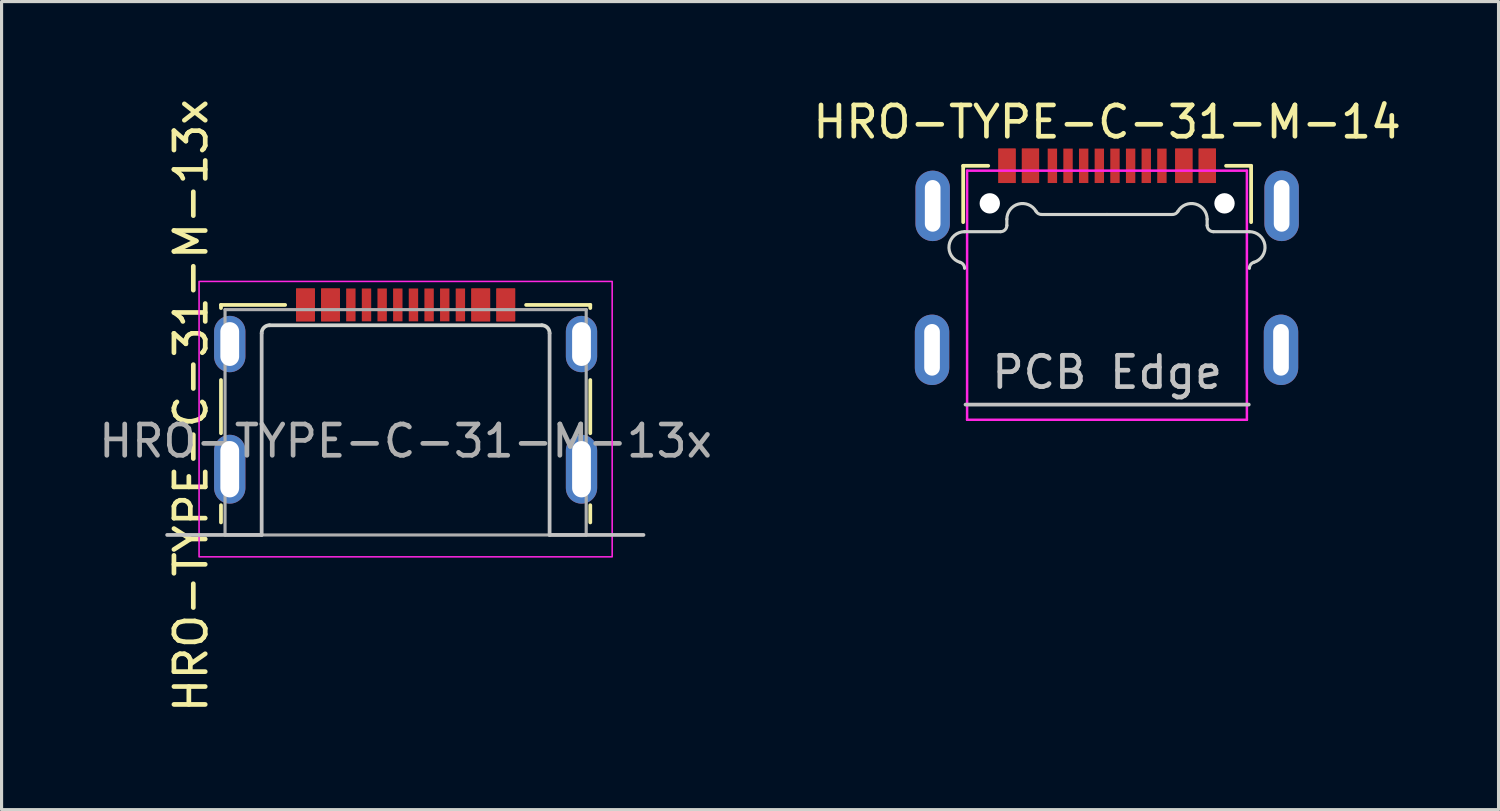
<source format=kicad_pcb>
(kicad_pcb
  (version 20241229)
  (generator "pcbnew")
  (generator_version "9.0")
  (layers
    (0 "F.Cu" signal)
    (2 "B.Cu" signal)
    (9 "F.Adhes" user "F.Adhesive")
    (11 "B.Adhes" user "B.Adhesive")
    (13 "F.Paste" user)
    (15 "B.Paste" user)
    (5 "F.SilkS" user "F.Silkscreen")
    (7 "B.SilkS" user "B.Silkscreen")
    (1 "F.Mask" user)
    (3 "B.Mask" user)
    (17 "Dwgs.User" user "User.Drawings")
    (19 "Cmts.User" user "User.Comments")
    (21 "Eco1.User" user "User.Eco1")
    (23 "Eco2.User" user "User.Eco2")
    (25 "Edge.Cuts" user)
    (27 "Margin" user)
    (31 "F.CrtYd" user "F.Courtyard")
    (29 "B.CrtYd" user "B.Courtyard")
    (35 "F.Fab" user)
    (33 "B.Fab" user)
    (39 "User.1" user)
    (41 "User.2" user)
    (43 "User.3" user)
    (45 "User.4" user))
  (footprint "HRO-TYPE-C-31-M-13x"
    (layer "F.Cu")
    (at 9.911 14.043)
    (property "Reference" "HRO-TYPE-C-31-M-13x" (at -6.858 -4.132 90) (unlocked yes) (layer "F.SilkS") (effects (font (size 1 1) (thickness 0.15))))
    (attr smd)
    (fp_line (start -5.9 -7.35) (end -5.9 -7.25) (stroke (width 0.12) (type solid)) (layer "F.SilkS"))
    (fp_line (start -5.9 -4.95) (end -5.9 -3.25) (stroke (width 0.12) (type solid)) (layer "F.SilkS"))
    (fp_line (start -5.9 -0.95) (end -5.9 -0.4) (stroke (width 0.12) (type solid)) (layer "F.SilkS"))
    (fp_line (start -3.85 -7.35) (end -5.9 -7.35) (stroke (width 0.12) (type solid)) (layer "F.SilkS"))
    (fp_line (start 5.9 -7.35) (end 3.85 -7.35) (stroke (width 0.12) (type solid)) (layer "F.SilkS"))
    (fp_line (start 5.9 -7.35) (end 5.9 -7.25) (stroke (width 0.12) (type solid)) (layer "F.SilkS"))
    (fp_line (start 5.9 -4.95) (end 5.9 -3.25) (stroke (width 0.12) (type solid)) (layer "F.SilkS"))
    (fp_line (start 5.9 -0.95) (end 5.9 -0.4) (stroke (width 0.12) (type solid)) (layer "F.SilkS"))
    (fp_line (start -7.62 0) (end -4.6 0) (stroke (width 0.12) (type solid)) (layer "Dwgs.User"))
    (fp_line (start -4.6 0) (end -4.6 -6.44) (stroke (width 0.12) (type solid)) (layer "Dwgs.User"))
    (fp_line (start 4.6 -6.44) (end 4.6 0) (stroke (width 0.12) (type solid)) (layer "Dwgs.User"))
    (fp_line (start 4.6 0) (end 7.6 0) (stroke (width 0.12) (type solid)) (layer "Dwgs.User"))
    (fp_line (start -4.35 -6.7) (end 4.35 -6.7) (stroke (width 0.12) (type solid)) (layer "Edge.Cuts"))
    (fp_arc (start -4.6 -6.45) (mid -4.526777 -6.626777) (end -4.35 -6.7) (stroke (width 0.12) (type default)) (layer "Edge.Cuts"))
    (fp_arc (start 4.35 -6.7) (mid 4.526777 -6.626777) (end 4.6 -6.45) (stroke (width 0.12) (type default)) (layer "Edge.Cuts"))
    (fp_rect (start -6.6 -8.1) (end 6.6 0.7) (stroke (width 0.05) (type solid)) (fill no) (layer "F.CrtYd"))
    (fp_line (start -5.77 -7.2) (end -5.77 0) (stroke (width 0.1) (type solid)) (layer "F.Fab"))
    (fp_line (start -5.77 0) (end 5.77 0) (stroke (width 0.1) (type solid)) (layer "F.Fab"))
    (fp_line (start 5.77 -7.2) (end -5.77 -7.2) (stroke (width 0.1) (type solid)) (layer "F.Fab"))
    (fp_line (start 5.77 0) (end 5.77 -7.2) (stroke (width 0.1) (type solid)) (layer "F.Fab"))
    (fp_text user "${REFERENCE}" (at 0 -3 0) (unlocked yes) (layer "F.Fab") (effects (font (size 1 1) (thickness 0.15))))
    (pad "A1" smd rect (at -3.2 -7.35) (size 0.6 1.05) (layers "F.Cu" "F.Mask" "F.Paste"))
    (pad "A4" smd rect (at -2.4 -7.35) (size 0.6 1.05) (layers "F.Cu" "F.Mask" "F.Paste"))
    (pad "A5" smd rect (at -1.25 -7.35) (size 0.3 1.05) (layers "F.Cu" "F.Mask" "F.Paste"))
    (pad "A6" smd rect (at -0.25 -7.35) (size 0.3 1.05) (layers "F.Cu" "F.Mask" "F.Paste"))
    (pad "A7" smd rect (at 0.25 -7.35) (size 0.3 1.05) (layers "F.Cu" "F.Mask" "F.Paste"))
    (pad "A8" smd rect (at 1.25 -7.35) (size 0.3 1.05) (layers "F.Cu" "F.Mask" "F.Paste"))
    (pad "A9" smd rect (at 2.4 -7.35) (size 0.6 1.05) (layers "F.Cu" "F.Mask" "F.Paste"))
    (pad "A12" smd rect (at 3.2 -7.35) (size 0.6 1.05) (layers "F.Cu" "F.Mask" "F.Paste"))
    (pad "B1" smd rect (at 3.2 -7.35) (size 0.6 1.05) (layers "F.Cu" "F.Mask" "F.Paste"))
    (pad "B4" smd rect (at 2.4 -7.35) (size 0.6 1.05) (layers "F.Cu" "F.Mask" "F.Paste"))
    (pad "B5" smd rect (at 1.75 -7.35) (size 0.3 1.05) (layers "F.Cu" "F.Mask" "F.Paste"))
    (pad "B6" smd rect (at 0.75 -7.35) (size 0.3 1.05) (layers "F.Cu" "F.Mask" "F.Paste"))
    (pad "B7" smd rect (at -0.75 -7.35) (size 0.3 1.05) (layers "F.Cu" "F.Mask" "F.Paste"))
    (pad "B8" smd rect (at -1.75 -7.35) (size 0.3 1.05) (layers "F.Cu" "F.Mask" "F.Paste"))
    (pad "B9" smd rect (at -2.4 -7.35) (size 0.6 1.05) (layers "F.Cu" "F.Mask" "F.Paste"))
    (pad "B12" smd rect (at -3.2 -7.35) (size 0.6 1.05) (layers "F.Cu" "F.Mask" "F.Paste"))
    (pad "S1" thru_hole oval (at -5.62 -6.1) (size 1 1.8) (drill oval 0.6 1.4) (layers "*.Cu" "*.Mask"))
    (pad "S1" thru_hole oval (at -5.62 -2.1) (size 1 2.2) (drill oval 0.6 1.8) (layers "*.Cu" "*.Mask"))
    (pad "S1" thru_hole oval (at 5.62 -6.1) (size 1 1.8) (drill oval 0.6 1.4) (layers "*.Cu" "*.Mask"))
    (pad "S1" thru_hole oval (at 5.62 -2.1) (size 1 2.2) (drill oval 0.6 1.8) (layers "*.Cu" "*.Mask")))
  (footprint "HRO-TYPE-C-31-M-14"
    (layer "F.Cu")
    (at 32.327 3.448)
    (property "Reference" "HRO-TYPE-C-31-M-14" (at 0 -2.6 180) (layer "F.SilkS") (effects (font (size 1 1) (thickness 0.15))))
    (attr smd)
    (fp_line (start -4.6 -1.2) (end -4.6 0.6) (stroke (width 0.12) (type default)) (layer "F.SilkS"))
    (fp_line (start -3.8 -1.2) (end -4.6 -1.2) (stroke (width 0.12) (type default)) (layer "F.SilkS"))
    (fp_line (start 3.8 -1.2) (end 4.6 -1.2) (stroke (width 0.12) (type default)) (layer "F.SilkS"))
    (fp_line (start 4.6 -1.2) (end 4.6 0.6) (stroke (width 0.12) (type default)) (layer "F.SilkS"))
    (fp_line (start -4.525 6.43) (end 4.525 6.43) (stroke (width 0.12) (type solid)) (layer "Dwgs.User"))
    (fp_line (start -3.405 0.905) (end -4.555 0.905) (stroke (width 0.1) (type solid)) (layer "Edge.Cuts"))
    (fp_line (start -3.205 0.505) (end -3.205 0.705) (stroke (width 0.1) (type solid)) (layer "Edge.Cuts"))
    (fp_line (start -0.005 0.355) (end -2.099 0.355) (stroke (width 0.1) (type solid)) (layer "Edge.Cuts"))
    (fp_line (start -0.005 0.355) (end 2.089 0.355) (stroke (width 0.1) (type solid)) (layer "Edge.Cuts"))
    (fp_line (start 3.195 0.505) (end 3.195 0.705) (stroke (width 0.1) (type solid)) (layer "Edge.Cuts"))
    (fp_line (start 3.395 0.905) (end 4.545 0.905) (stroke (width 0.1) (type solid)) (layer "Edge.Cuts"))
    (fp_arc (start -4.697856 1.884157) (mid -5.04976 1.332815) (end -4.554999 0.905) (stroke (width 0.1) (type solid)) (layer "Edge.Cuts"))
    (fp_arc (start -4.697856 1.884158) (mid -4.594642 1.956298) (end -4.554999 2.075821) (stroke (width 0.1) (type solid)) (layer "Edge.Cuts"))
    (fp_arc (start -3.204999 0.505) (mid -2.834408 0.022037) (end -2.271986 0.255) (stroke (width 0.1) (type solid)) (layer "Edge.Cuts"))
    (fp_arc (start -3.204998 0.705) (mid -3.263577 0.846421) (end -3.404998 0.905) (stroke (width 0.1) (type solid)) (layer "Edge.Cuts"))
    (fp_arc (start -2.098781 0.355) (mid -2.198781 0.328205) (end -2.271986 0.255) (stroke (width 0.1) (type solid)) (layer "Edge.Cuts"))
    (fp_arc (start 2.261988 0.255) (mid 2.188783 0.328205) (end 2.088783 0.355) (stroke (width 0.1) (type solid)) (layer "Edge.Cuts"))
    (fp_arc (start 2.261988 0.255) (mid 2.824411 0.022037) (end 3.195001 0.505) (stroke (width 0.1) (type solid)) (layer "Edge.Cuts"))
    (fp_arc (start 3.395 0.904999) (mid 3.253579 0.846421) (end 3.195001 0.705) (stroke (width 0.1) (type solid)) (layer "Edge.Cuts"))
    (fp_arc (start 4.545001 0.904999) (mid 5.039764 1.332815) (end 4.687858 1.884158) (stroke (width 0.1) (type solid)) (layer "Edge.Cuts"))
    (fp_arc (start 4.545001 2.075821) (mid 4.584644 1.956298) (end 4.687858 1.884158) (stroke (width 0.1) (type solid)) (layer "Edge.Cuts"))
    (fp_line (start -4.475 -1.045) (end 4.465 -1.045) (stroke (width 0.08) (type solid)) (layer "F.CrtYd"))
    (fp_line (start -4.475 6.915) (end -4.475 -1.045) (stroke (width 0.08) (type solid)) (layer "F.CrtYd"))
    (fp_line (start 4.465 -1.045) (end 4.465 6.915) (stroke (width 0.08) (type solid)) (layer "F.CrtYd"))
    (fp_line (start 4.465 6.915) (end -4.475 6.915) (stroke (width 0.08) (type solid)) (layer "F.CrtYd"))
    (fp_text user "PCB Edge" (at 0 5.4 0) (layer "Dwgs.User") (effects (font (size 1 1) (thickness 0.15))))
    (pad "" np_thru_hole circle (at -3.75 0) (size 0.65 0.65) (drill 0.65) (layers "*.Cu" "*.Mask"))
    (pad "" np_thru_hole circle (at 3.75 0) (size 0.65 0.65) (drill 0.65) (layers "*.Cu" "*.Mask"))
    (pad "A1" smd rect (at -3.2 -1.2 180) (size 0.55 1.1) (layers "F.Cu" "F.Mask" "F.Paste"))
    (pad "A4" smd rect (at -2.45 -1.2 180) (size 0.55 1.1) (layers "F.Cu" "F.Mask" "F.Paste"))
    (pad "A5" smd rect (at -1.25 -1.2 180) (size 0.3 1.1) (layers "F.Cu" "F.Mask" "F.Paste"))
    (pad "A6" smd rect (at -0.25 -1.2 180) (size 0.3 1.1) (layers "F.Cu" "F.Mask" "F.Paste"))
    (pad "A7" smd rect (at 0.25 -1.2 180) (size 0.3 1.1) (layers "F.Cu" "F.Mask" "F.Paste"))
    (pad "A8" smd rect (at 1.25 -1.2 180) (size 0.3 1.1) (layers "F.Cu" "F.Mask" "F.Paste"))
    (pad "A9" smd rect (at 2.45 -1.2 180) (size 0.55 1.1) (layers "F.Cu" "F.Mask" "F.Paste"))
    (pad "A12" smd rect (at 3.2 -1.2 180) (size 0.55 1.1) (layers "F.Cu" "F.Mask" "F.Paste"))
    (pad "B1" smd rect (at 3.2 -1.2 180) (size 0.55 1.1) (layers "F.Cu" "F.Mask" "F.Paste"))
    (pad "B4" smd rect (at 2.45 -1.2 180) (size 0.55 1.1) (layers "F.Cu" "F.Mask" "F.Paste"))
    (pad "B5" smd rect (at 1.75 -1.2 180) (size 0.3 1.1) (layers "F.Cu" "F.Mask" "F.Paste"))
    (pad "B6" smd rect (at 0.75 -1.2 180) (size 0.3 1.1) (layers "F.Cu" "F.Mask" "F.Paste"))
    (pad "B7" smd rect (at -0.75 -1.2 180) (size 0.3 1.1) (layers "F.Cu" "F.Mask" "F.Paste"))
    (pad "B8" smd rect (at -1.75 -1.2 180) (size 0.3 1.1) (layers "F.Cu" "F.Mask" "F.Paste"))
    (pad "B9" smd rect (at -2.45 -1.2 180) (size 0.55 1.1) (layers "F.Cu" "F.Mask" "F.Paste"))
    (pad "B12" smd rect (at -3.2 -1.2 180) (size 0.55 1.1) (layers "F.Cu" "F.Mask" "F.Paste"))
    (pad "S1" thru_hole oval (at -5.595 4.68 180) (size 1.1 2.25) (drill oval 0.5 1.65) (layers "*.Cu" "*.Mask"))
    (pad "S1" thru_hole oval (at -5.575 0.08 180) (size 1.1 2.25) (drill oval 0.5 1.65) (layers "*.Cu" "*.Mask"))
    (pad "S1" thru_hole oval (at 5.555 4.68 180) (size 1.1 2.25) (drill oval 0.5 1.65) (layers "*.Cu" "*.Mask"))
    (pad "S1" thru_hole oval (at 5.575 0.08 180) (size 1.1 2.25) (drill oval 0.5 1.65) (layers "*.Cu" "*.Mask")))
  (gr_rect
    (start -3 -3)
    (end 44.833 22.821)
    (stroke (width 0.1) (type default))
    (fill no)
    (layer "Edge.Cuts")))
</source>
